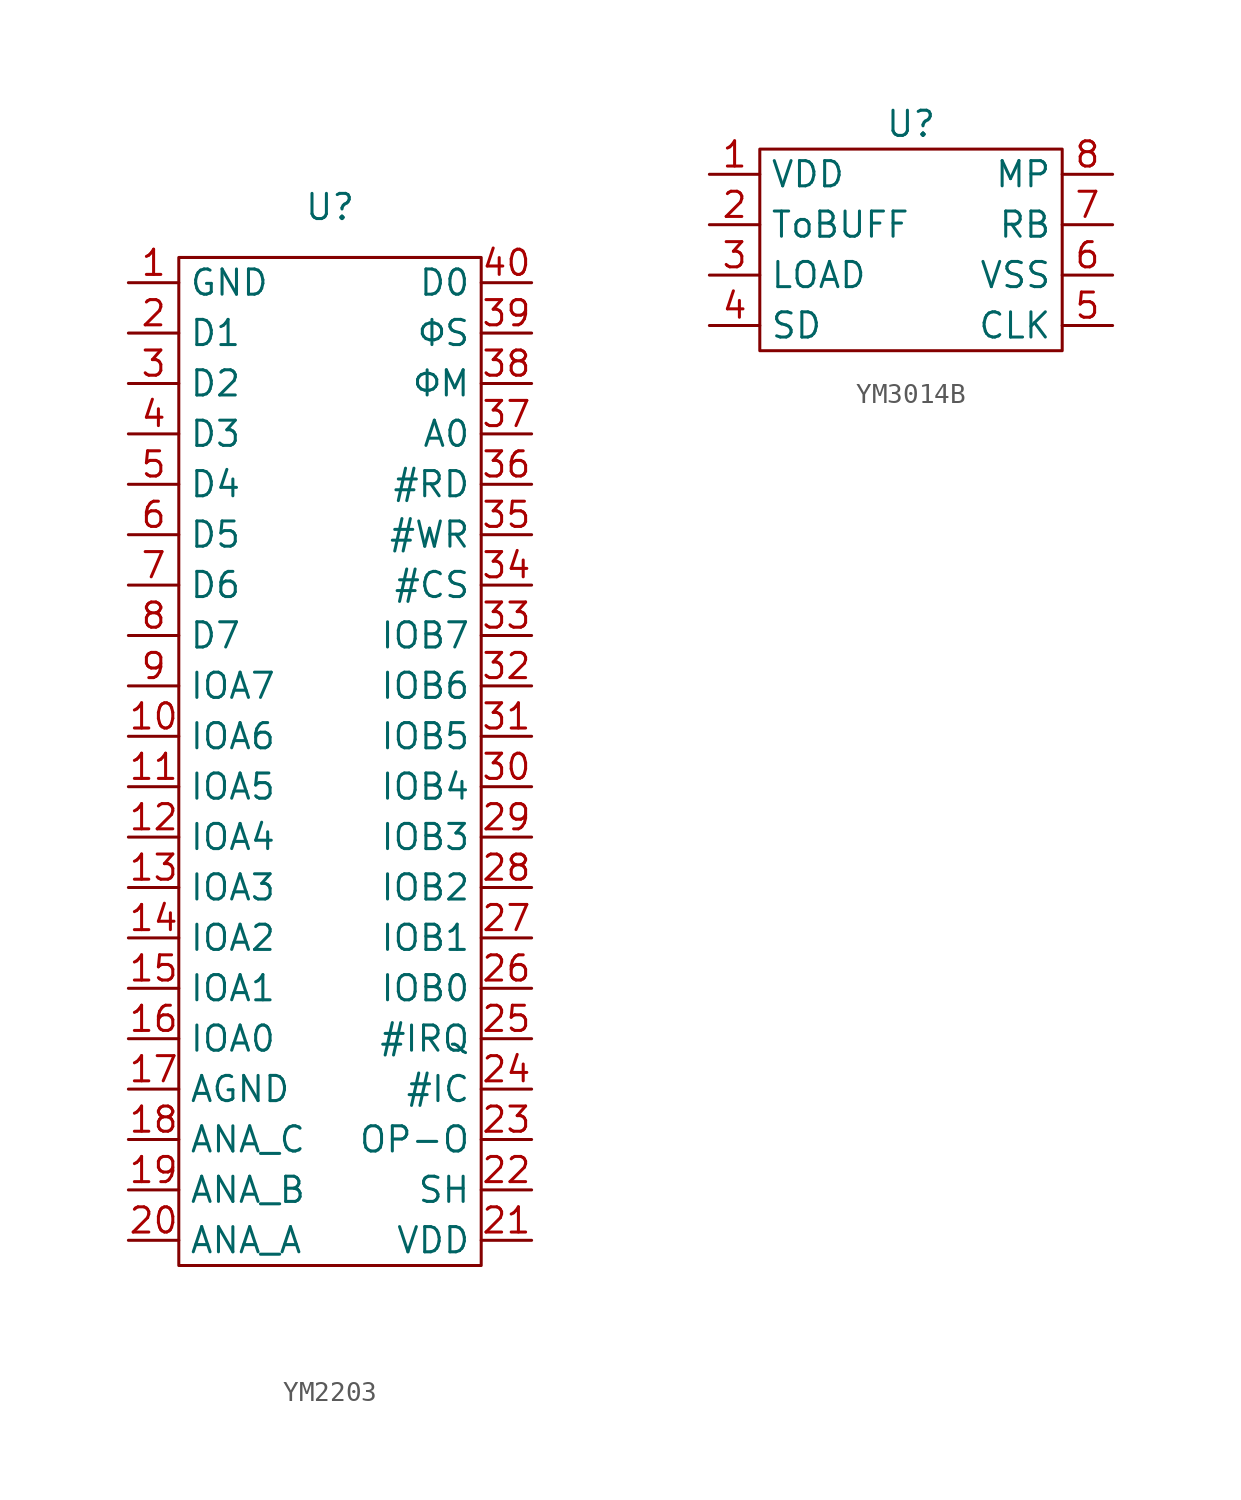
<source format=kicad_sym>
(kicad_symbol_lib
  (version 20220914)
  (generator kicad_symbol_editor)
  (symbol "YM2203"
    (property "Reference" "U"
      (at 0 2.54 0)
      (effects (font (size 1.27 1.27))))
    (property "Value" ""
      (at 0 2.54 0)
      (effects (font (size 1.27 1.27))))
    (symbol "YM2203_0_1"
      (rectangle (start -7.62 0) (end 7.62 -50.8) (stroke (width 0) (type default)) (fill (type none))))
    (symbol "YM2203_1_1"
      (pin power_in line (at -10.16 -1.27 0) (length 2.54) (name "GND" (effects (font (size 1.27 1.27)))) (number "1" (effects (font (size 1.27 1.27)))))
      (pin bidirectional line (at -10.16 -24.13 0) (length 2.54) (name "IOA6" (effects (font (size 1.27 1.27)))) (number "10" (effects (font (size 1.27 1.27)))))
      (pin bidirectional line (at -10.16 -26.67 0) (length 2.54) (name "IOA5" (effects (font (size 1.27 1.27)))) (number "11" (effects (font (size 1.27 1.27)))))
      (pin bidirectional line (at -10.16 -29.21 0) (length 2.54) (name "IOA4" (effects (font (size 1.27 1.27)))) (number "12" (effects (font (size 1.27 1.27)))))
      (pin bidirectional line (at -10.16 -31.75 0) (length 2.54) (name "IOA3" (effects (font (size 1.27 1.27)))) (number "13" (effects (font (size 1.27 1.27)))))
      (pin bidirectional line (at -10.16 -34.29 0) (length 2.54) (name "IOA2" (effects (font (size 1.27 1.27)))) (number "14" (effects (font (size 1.27 1.27)))))
      (pin bidirectional line (at -10.16 -36.83 0) (length 2.54) (name "IOA1" (effects (font (size 1.27 1.27)))) (number "15" (effects (font (size 1.27 1.27)))))
      (pin bidirectional line (at -10.16 -39.37 0) (length 2.54) (name "IOA0" (effects (font (size 1.27 1.27)))) (number "16" (effects (font (size 1.27 1.27)))))
      (pin power_out line (at -10.16 -41.91 0) (length 2.54) (name "AGND" (effects (font (size 1.27 1.27)))) (number "17" (effects (font (size 1.27 1.27)))))
      (pin output line (at -10.16 -44.45 0) (length 2.54) (name "ANA_C" (effects (font (size 1.27 1.27)))) (number "18" (effects (font (size 1.27 1.27)))))
      (pin output line (at -10.16 -46.99 0) (length 2.54) (name "ANA_B" (effects (font (size 1.27 1.27)))) (number "19" (effects (font (size 1.27 1.27)))))
      (pin bidirectional line (at -10.16 -3.81 0) (length 2.54) (name "D1" (effects (font (size 1.27 1.27)))) (number "2" (effects (font (size 1.27 1.27)))))
      (pin output line (at -10.16 -49.53 0) (length 2.54) (name "ANA_A" (effects (font (size 1.27 1.27)))) (number "20" (effects (font (size 1.27 1.27)))))
      (pin power_in line (at 10.16 -49.53 180) (length 2.54) (name "VDD" (effects (font (size 1.27 1.27)))) (number "21" (effects (font (size 1.27 1.27)))))
      (pin output line (at 10.16 -46.99 180) (length 2.54) (name "SH" (effects (font (size 1.27 1.27)))) (number "22" (effects (font (size 1.27 1.27)))))
      (pin output line (at 10.16 -44.45 180) (length 2.54) (name "OP-O" (effects (font (size 1.27 1.27)))) (number "23" (effects (font (size 1.27 1.27)))))
      (pin input line (at 10.16 -41.91 180) (length 2.54) (name "#IC" (effects (font (size 1.27 1.27)))) (number "24" (effects (font (size 1.27 1.27)))))
      (pin output line (at 10.16 -39.37 180) (length 2.54) (name "#IRQ" (effects (font (size 1.27 1.27)))) (number "25" (effects (font (size 1.27 1.27)))))
      (pin bidirectional line (at 10.16 -36.83 180) (length 2.54) (name "IOB0" (effects (font (size 1.27 1.27)))) (number "26" (effects (font (size 1.27 1.27)))))
      (pin bidirectional line (at 10.16 -34.29 180) (length 2.54) (name "IOB1" (effects (font (size 1.27 1.27)))) (number "27" (effects (font (size 1.27 1.27)))))
      (pin bidirectional line (at 10.16 -31.75 180) (length 2.54) (name "IOB2" (effects (font (size 1.27 1.27)))) (number "28" (effects (font (size 1.27 1.27)))))
      (pin bidirectional line (at 10.16 -29.21 180) (length 2.54) (name "IOB3" (effects (font (size 1.27 1.27)))) (number "29" (effects (font (size 1.27 1.27)))))
      (pin bidirectional line (at -10.16 -6.35 0) (length 2.54) (name "D2" (effects (font (size 1.27 1.27)))) (number "3" (effects (font (size 1.27 1.27)))))
      (pin bidirectional line (at 10.16 -26.67 180) (length 2.54) (name "IOB4" (effects (font (size 1.27 1.27)))) (number "30" (effects (font (size 1.27 1.27)))))
      (pin bidirectional line (at 10.16 -24.13 180) (length 2.54) (name "IOB5" (effects (font (size 1.27 1.27)))) (number "31" (effects (font (size 1.27 1.27)))))
      (pin bidirectional line (at 10.16 -21.59 180) (length 2.54) (name "IOB6" (effects (font (size 1.27 1.27)))) (number "32" (effects (font (size 1.27 1.27)))))
      (pin bidirectional line (at 10.16 -19.05 180) (length 2.54) (name "IOB7" (effects (font (size 1.27 1.27)))) (number "33" (effects (font (size 1.27 1.27)))))
      (pin input line (at 10.16 -16.51 180) (length 2.54) (name "#CS" (effects (font (size 1.27 1.27)))) (number "34" (effects (font (size 1.27 1.27)))))
      (pin input line (at 10.16 -13.97 180) (length 2.54) (name "#WR" (effects (font (size 1.27 1.27)))) (number "35" (effects (font (size 1.27 1.27)))))
      (pin input line (at 10.16 -11.43 180) (length 2.54) (name "#RD" (effects (font (size 1.27 1.27)))) (number "36" (effects (font (size 1.27 1.27)))))
      (pin input line (at 10.16 -8.89 180) (length 2.54) (name "A0" (effects (font (size 1.27 1.27)))) (number "37" (effects (font (size 1.27 1.27)))))
      (pin input line (at 10.16 -6.35 180) (length 2.54) (name "ΦM" (effects (font (size 1.27 1.27)))) (number "38" (effects (font (size 1.27 1.27)))))
      (pin output line (at 10.16 -3.81 180) (length 2.54) (name "ΦS" (effects (font (size 1.27 1.27)))) (number "39" (effects (font (size 1.27 1.27)))))
      (pin bidirectional line (at -10.16 -8.89 0) (length 2.54) (name "D3" (effects (font (size 1.27 1.27)))) (number "4" (effects (font (size 1.27 1.27)))))
      (pin bidirectional line (at 10.16 -1.27 180) (length 2.54) (name "D0" (effects (font (size 1.27 1.27)))) (number "40" (effects (font (size 1.27 1.27)))))
      (pin bidirectional line (at -10.16 -11.43 0) (length 2.54) (name "D4" (effects (font (size 1.27 1.27)))) (number "5" (effects (font (size 1.27 1.27)))))
      (pin bidirectional line (at -10.16 -13.97 0) (length 2.54) (name "D5" (effects (font (size 1.27 1.27)))) (number "6" (effects (font (size 1.27 1.27)))))
      (pin bidirectional line (at -10.16 -16.51 0) (length 2.54) (name "D6" (effects (font (size 1.27 1.27)))) (number "7" (effects (font (size 1.27 1.27)))))
      (pin bidirectional line (at -10.16 -19.05 0) (length 2.54) (name "D7" (effects (font (size 1.27 1.27)))) (number "8" (effects (font (size 1.27 1.27)))))
      (pin bidirectional line (at -10.16 -21.59 0) (length 2.54) (name "IOA7" (effects (font (size 1.27 1.27)))) (number "9" (effects (font (size 1.27 1.27)))))))
  (symbol "YM3014B"
    (property "Reference" "U"
      (at 0 1.27 0)
      (effects (font (size 1.27 1.27))))
    (property "Value" ""
      (at 0 1.27 0)
      (effects (font (size 1.27 1.27))))
    (symbol "YM3014B_0_1"
      (rectangle (start -7.62 0) (end 7.62 -10.16) (stroke (width 0) (type default)) (fill (type none))))
    (symbol "YM3014B_1_1"
      (pin power_in line (at -10.16 -1.27 0) (length 2.54) (name "VDD" (effects (font (size 1.27 1.27)))) (number "1" (effects (font (size 1.27 1.27)))))
      (pin output line (at -10.16 -3.81 0) (length 2.54) (name "ToBUFF" (effects (font (size 1.27 1.27)))) (number "2" (effects (font (size 1.27 1.27)))))
      (pin input line (at -10.16 -6.35 0) (length 2.54) (name "LOAD" (effects (font (size 1.27 1.27)))) (number "3" (effects (font (size 1.27 1.27)))))
      (pin input line (at -10.16 -8.89 0) (length 2.54) (name "SD" (effects (font (size 1.27 1.27)))) (number "4" (effects (font (size 1.27 1.27)))))
      (pin output line (at 10.16 -8.89 180) (length 2.54) (name "CLK" (effects (font (size 1.27 1.27)))) (number "5" (effects (font (size 1.27 1.27)))))
      (pin power_in line (at 10.16 -6.35 180) (length 2.54) (name "VSS" (effects (font (size 1.27 1.27)))) (number "6" (effects (font (size 1.27 1.27)))))
      (pin output line (at 10.16 -3.81 180) (length 2.54) (name "RB" (effects (font (size 1.27 1.27)))) (number "7" (effects (font (size 1.27 1.27)))))
      (pin input line (at 10.16 -1.27 180) (length 2.54) (name "MP" (effects (font (size 1.27 1.27)))) (number "8" (effects (font (size 1.27 1.27))))))))
</source>
